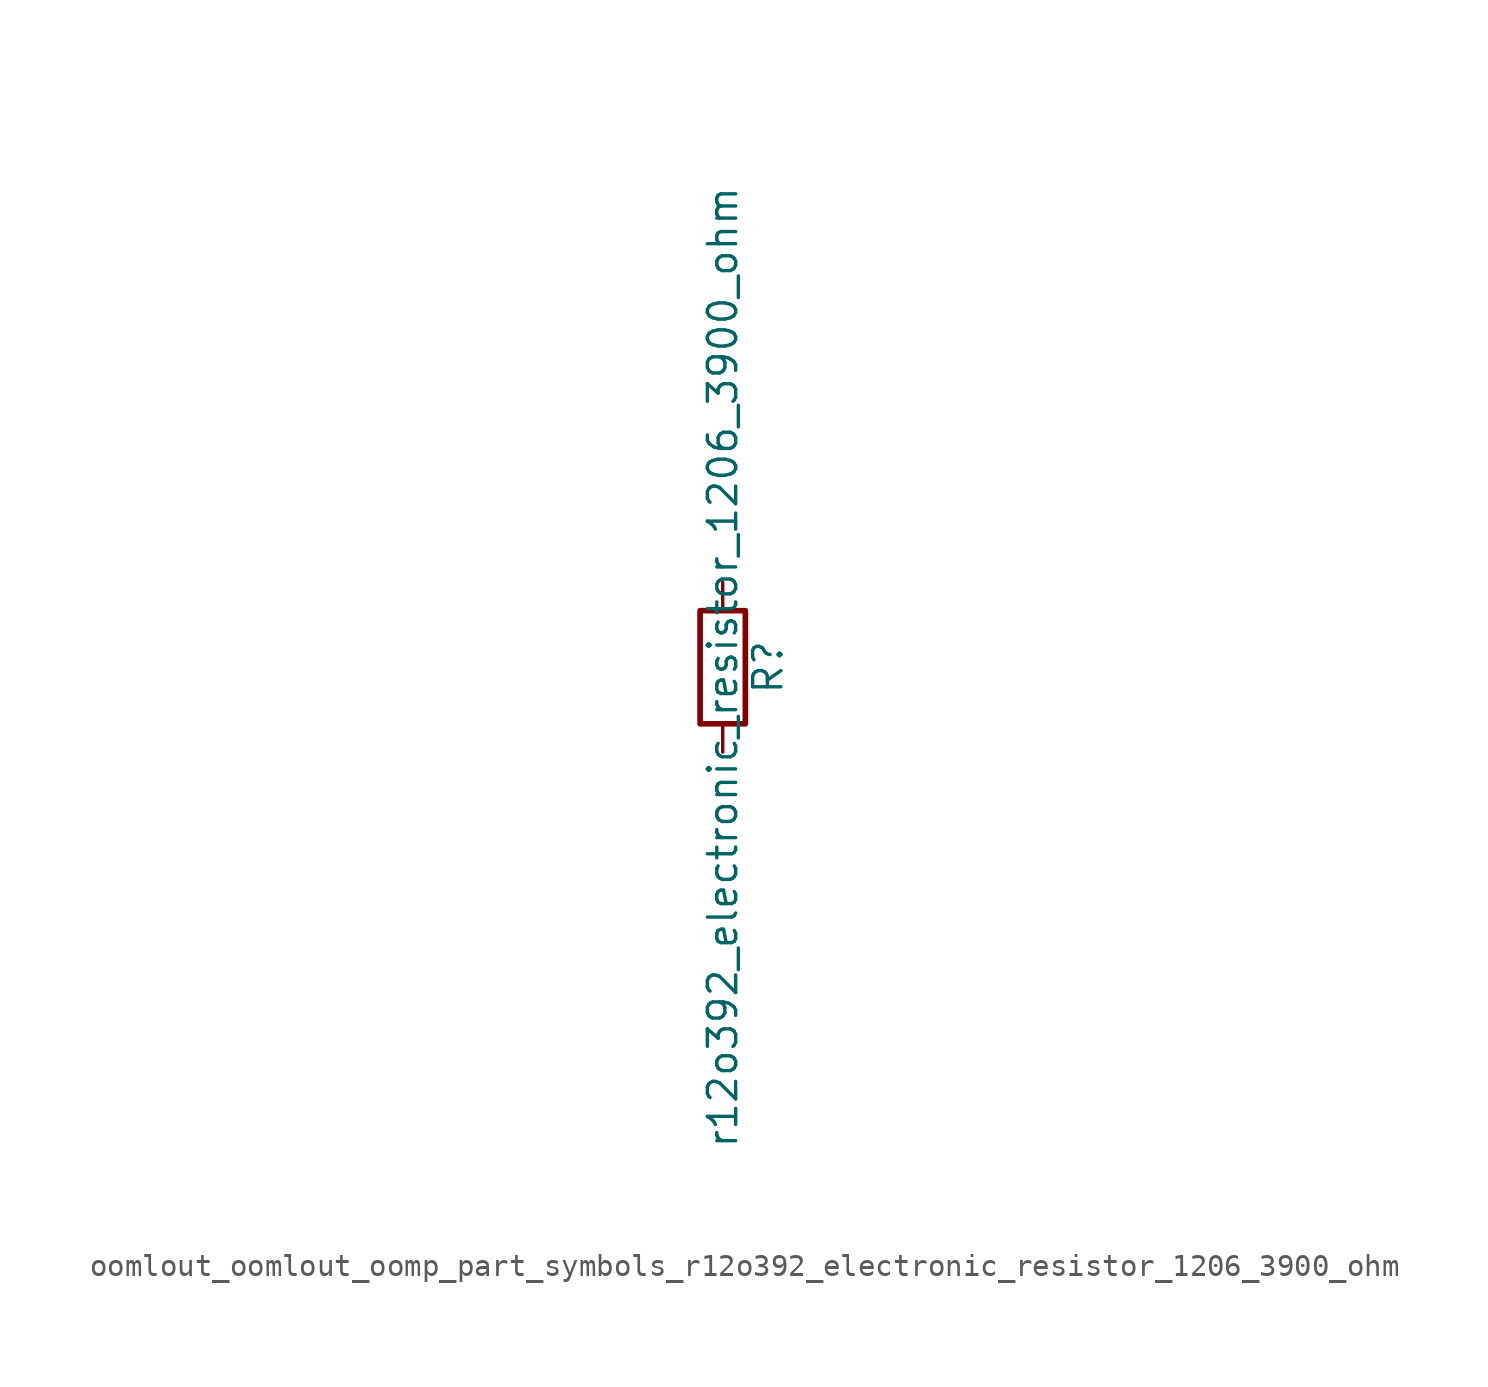
<source format=kicad_sym>
(kicad_symbol_lib
  (version 20220914)
  (generator kicad_symbol_editor)
  (symbol "oomlout_oomlout_oomp_part_symbols_r12o392_electronic_resistor_1206_3900_ohm"
    (pin_numbers hide)
    (pin_names
      (offset 0))
    (property "Reference" "R"
      (at 2.032 0 90)
      (effects (font (size 1.27 1.27))))
    (property "Value" "r12o392_electronic_resistor_1206_3900_ohm"
      (at 0 0 90)
      (effects (font (size 1.27 1.27))))
    (symbol "oomlout_oomlout_oomp_part_symbols_r12o392_electronic_resistor_1206_3900_ohm_0_1"
      (rectangle (start -1.016 -2.54) (end 1.016 2.54) (stroke (width 0.254) (type default)) (fill (type none))))
    (symbol "oomlout_oomlout_oomp_part_symbols_r12o392_electronic_resistor_1206_3900_ohm_1_1"
      (pin passive line (at 0 3.81 270) (length 1.27) (name "~" (effects (font (size 1.27 1.27)))) (number "1" (effects (font (size 1.27 1.27)))))
      (pin passive line (at 0 -3.81 90) (length 1.27) (name "~" (effects (font (size 1.27 1.27)))) (number "2" (effects (font (size 1.27 1.27))))))))
</source>
